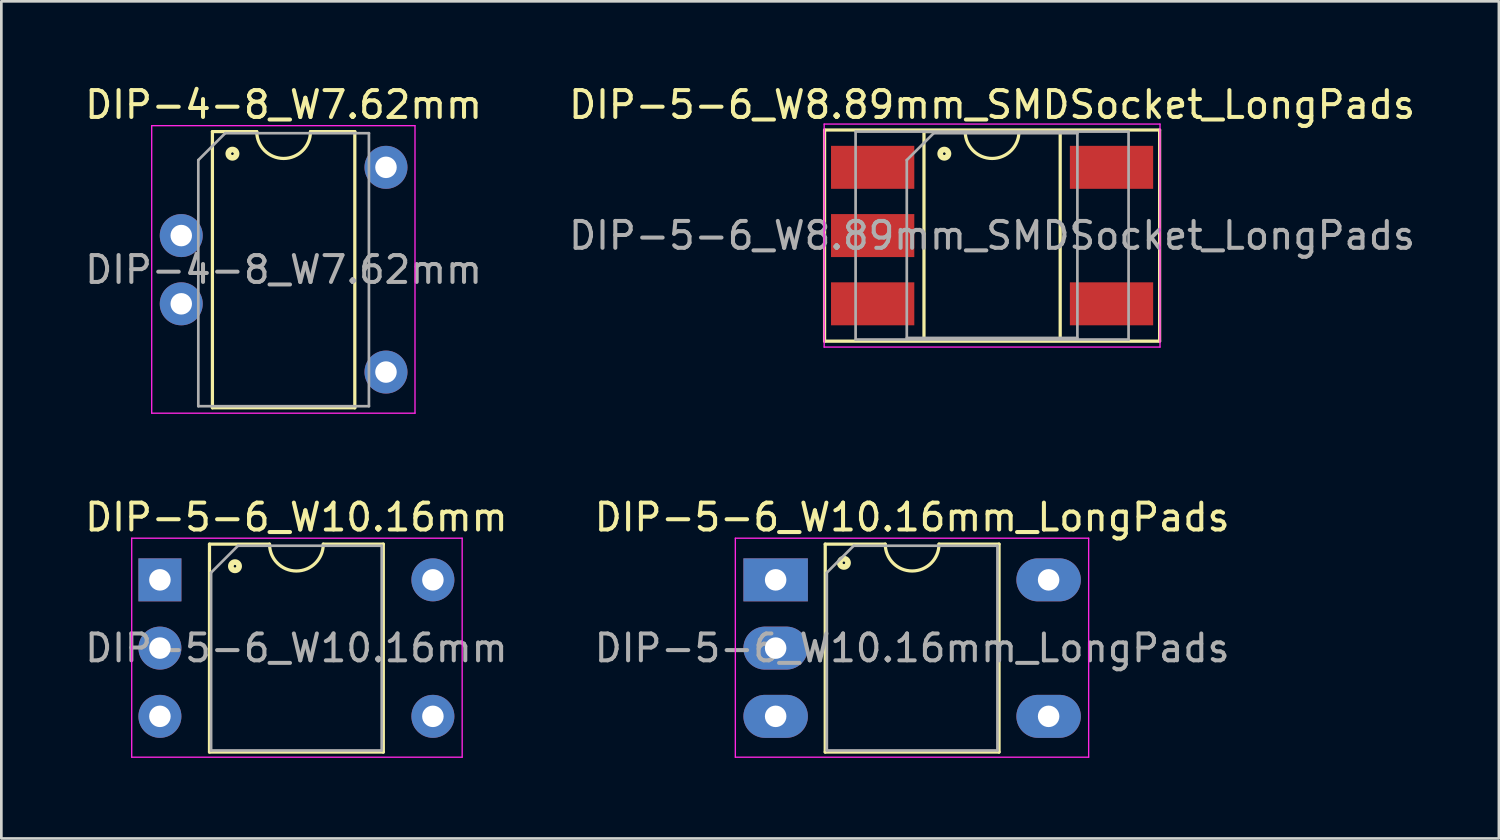
<source format=kicad_pcb>
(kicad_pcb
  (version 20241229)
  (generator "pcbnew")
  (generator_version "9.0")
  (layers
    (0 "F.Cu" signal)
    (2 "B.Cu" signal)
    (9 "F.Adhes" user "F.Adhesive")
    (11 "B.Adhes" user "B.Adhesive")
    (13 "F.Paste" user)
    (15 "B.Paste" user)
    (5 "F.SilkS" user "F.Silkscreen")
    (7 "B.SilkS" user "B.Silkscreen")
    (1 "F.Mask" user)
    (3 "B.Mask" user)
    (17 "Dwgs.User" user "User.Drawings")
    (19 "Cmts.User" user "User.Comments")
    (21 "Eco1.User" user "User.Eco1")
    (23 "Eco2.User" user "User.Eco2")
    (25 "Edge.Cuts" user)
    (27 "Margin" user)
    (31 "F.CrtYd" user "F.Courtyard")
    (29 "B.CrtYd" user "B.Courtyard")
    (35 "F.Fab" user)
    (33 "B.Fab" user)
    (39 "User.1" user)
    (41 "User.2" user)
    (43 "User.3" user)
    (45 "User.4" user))
  (footprint "DIP-4-8_W7.62mm"
    (layer "F.Cu")
    (at 3.696 3.178)
    (property "Reference" "DIP-4-8_W7.62mm" (at 3.81 -2.33 0) (layer "F.SilkS") (effects (font (size 1 1) (thickness 0.15))))
    (fp_line (start 1.16 -1.33) (end 1.16 8.95) (stroke (width 0.12) (type solid)) (layer "F.SilkS"))
    (fp_line (start 1.16 8.95) (end 6.46 8.95) (stroke (width 0.12) (type solid)) (layer "F.SilkS"))
    (fp_line (start 2.81 -1.33) (end 1.16 -1.33) (stroke (width 0.12) (type solid)) (layer "F.SilkS"))
    (fp_line (start 6.46 -1.33) (end 4.81 -1.33) (stroke (width 0.12) (type solid)) (layer "F.SilkS"))
    (fp_line (start 6.46 8.95) (end 6.46 -1.33) (stroke (width 0.12) (type solid)) (layer "F.SilkS"))
    (fp_arc (start 4.81 -1.33) (mid 3.81 -0.33) (end 2.81 -1.33) (stroke (width 0.12) (type solid)) (layer "F.SilkS"))
    (fp_circle (center 1.905 -0.508) (end 1.955 -0.508) (stroke (width 0.12) (type solid)) (fill no) (layer "F.SilkS"))
    (fp_circle (center 1.905 -0.508) (end 2.03 -0.508) (stroke (width 0.12) (type solid)) (fill no) (layer "F.SilkS"))
    (fp_circle (center 1.905 -0.508) (end 2.105 -0.508) (stroke (width 0.12) (type solid)) (fill no) (layer "F.SilkS"))
    (fp_line (start -1.1 -1.55) (end -1.1 9.15) (stroke (width 0.05) (type solid)) (layer "F.CrtYd"))
    (fp_line (start -1.1 9.15) (end 8.7 9.15) (stroke (width 0.05) (type solid)) (layer "F.CrtYd"))
    (fp_line (start 8.7 -1.55) (end -1.1 -1.55) (stroke (width 0.05) (type solid)) (layer "F.CrtYd"))
    (fp_line (start 8.7 9.15) (end 8.7 -1.55) (stroke (width 0.05) (type solid)) (layer "F.CrtYd"))
    (fp_line (start 0.635 -0.27) (end 1.635 -1.27) (stroke (width 0.1) (type solid)) (layer "F.Fab"))
    (fp_line (start 0.635 8.89) (end 0.635 -0.27) (stroke (width 0.1) (type solid)) (layer "F.Fab"))
    (fp_line (start 1.635 -1.27) (end 6.985 -1.27) (stroke (width 0.1) (type solid)) (layer "F.Fab"))
    (fp_line (start 6.985 -1.27) (end 6.985 8.89) (stroke (width 0.1) (type solid)) (layer "F.Fab"))
    (fp_line (start 6.985 8.89) (end 0.635 8.89) (stroke (width 0.1) (type solid)) (layer "F.Fab"))
    (fp_text user "${REFERENCE}" (at 3.81 3.81 0) (layer "F.Fab") (effects (font (size 1 1) (thickness 0.15))))
    (pad "2" thru_hole oval (at 0 2.54) (size 1.6 1.6) (drill 0.8) (layers "*.Cu" "*.Mask"))
    (pad "3" thru_hole oval (at 0 5.08) (size 1.6 1.6) (drill 0.8) (layers "*.Cu" "*.Mask"))
    (pad "5" thru_hole oval (at 7.62 7.62) (size 1.6 1.6) (drill 0.8) (layers "*.Cu" "*.Mask"))
    (pad "8" thru_hole oval (at 7.62 0) (size 1.6 1.6) (drill 0.8) (layers "*.Cu" "*.Mask")))
  (footprint "DIP-5-6_W8.89mm_SMDSocket_LongPads"
    (layer "F.Cu")
    (at 33.875 5.718)
    (property "Reference" "DIP-5-6_W8.89mm_SMDSocket_LongPads" (at 0 -4.87 0) (layer "F.SilkS") (effects (font (size 1 1) (thickness 0.15))))
    (attr smd)
    (fp_line (start -6.235 -3.93) (end -6.235 3.93) (stroke (width 0.12) (type solid)) (layer "F.SilkS"))
    (fp_line (start -6.235 3.93) (end 6.235 3.93) (stroke (width 0.12) (type solid)) (layer "F.SilkS"))
    (fp_line (start -2.535 -3.87) (end -2.535 3.87) (stroke (width 0.12) (type solid)) (layer "F.SilkS"))
    (fp_line (start -2.535 3.87) (end 2.535 3.87) (stroke (width 0.12) (type solid)) (layer "F.SilkS"))
    (fp_line (start -1 -3.87) (end -2.535 -3.87) (stroke (width 0.12) (type solid)) (layer "F.SilkS"))
    (fp_line (start 2.535 -3.87) (end 1 -3.87) (stroke (width 0.12) (type solid)) (layer "F.SilkS"))
    (fp_line (start 2.535 3.87) (end 2.535 -3.87) (stroke (width 0.12) (type solid)) (layer "F.SilkS"))
    (fp_line (start 6.235 -3.93) (end -6.235 -3.93) (stroke (width 0.12) (type solid)) (layer "F.SilkS"))
    (fp_line (start 6.235 3.93) (end 6.235 -3.93) (stroke (width 0.12) (type solid)) (layer "F.SilkS"))
    (fp_arc (start 1 -3.87) (mid 0 -2.87) (end -1 -3.87) (stroke (width 0.12) (type solid)) (layer "F.SilkS"))
    (fp_circle (center -1.778 -3.048) (end -1.728 -3.048) (stroke (width 0.12) (type solid)) (fill no) (layer "F.SilkS"))
    (fp_circle (center -1.778 -3.048) (end -1.653 -3.048) (stroke (width 0.12) (type solid)) (fill no) (layer "F.SilkS"))
    (fp_circle (center -1.778 -3.048) (end -1.578 -3.048) (stroke (width 0.12) (type solid)) (fill no) (layer "F.SilkS"))
    (fp_line (start -6.25 -4.15) (end -6.25 4.15) (stroke (width 0.05) (type solid)) (layer "F.CrtYd"))
    (fp_line (start -6.25 4.15) (end 6.25 4.15) (stroke (width 0.05) (type solid)) (layer "F.CrtYd"))
    (fp_line (start 6.25 -4.15) (end -6.25 -4.15) (stroke (width 0.05) (type solid)) (layer "F.CrtYd"))
    (fp_line (start 6.25 4.15) (end 6.25 -4.15) (stroke (width 0.05) (type solid)) (layer "F.CrtYd"))
    (fp_line (start -5.08 -3.87) (end -5.08 3.87) (stroke (width 0.1) (type solid)) (layer "F.Fab"))
    (fp_line (start -5.08 3.87) (end 5.08 3.87) (stroke (width 0.1) (type solid)) (layer "F.Fab"))
    (fp_line (start -3.175 -2.81) (end -2.175 -3.81) (stroke (width 0.1) (type solid)) (layer "F.Fab"))
    (fp_line (start -3.175 3.81) (end -3.175 -2.81) (stroke (width 0.1) (type solid)) (layer "F.Fab"))
    (fp_line (start -2.175 -3.81) (end 3.175 -3.81) (stroke (width 0.1) (type solid)) (layer "F.Fab"))
    (fp_line (start 3.175 -3.81) (end 3.175 3.81) (stroke (width 0.1) (type solid)) (layer "F.Fab"))
    (fp_line (start 3.175 3.81) (end -3.175 3.81) (stroke (width 0.1) (type solid)) (layer "F.Fab"))
    (fp_line (start 5.08 -3.87) (end -5.08 -3.87) (stroke (width 0.1) (type solid)) (layer "F.Fab"))
    (fp_line (start 5.08 3.87) (end 5.08 -3.87) (stroke (width 0.1) (type solid)) (layer "F.Fab"))
    (fp_text user "${REFERENCE}" (at 0 0 0) (layer "F.Fab") (effects (font (size 1 1) (thickness 0.15))))
    (pad "1" smd rect (at -4.445 -2.54) (size 3.1 1.6) (layers "F.Cu" "F.Mask" "F.Paste"))
    (pad "2" smd rect (at -4.445 0) (size 3.1 1.6) (layers "F.Cu" "F.Mask" "F.Paste"))
    (pad "3" smd rect (at -4.445 2.54) (size 3.1 1.6) (layers "F.Cu" "F.Mask" "F.Paste"))
    (pad "4" smd rect (at 4.445 2.54) (size 3.1 1.6) (layers "F.Cu" "F.Mask" "F.Paste"))
    (pad "6" smd rect (at 4.445 -2.54) (size 3.1 1.6) (layers "F.Cu" "F.Mask" "F.Paste")))
  (footprint "DIP-5-6_W10.16mm_LongPads"
    (layer "F.Cu")
    (at 25.819 18.532)
    (property "Reference" "DIP-5-6_W10.16mm_LongPads" (at 5.08 -2.33 0) (layer "F.SilkS") (effects (font (size 1 1) (thickness 0.15))))
    (attr through_hole)
    (fp_line (start 1.845 -1.33) (end 1.845 6.41) (stroke (width 0.12) (type solid)) (layer "F.SilkS"))
    (fp_line (start 1.845 6.41) (end 8.315 6.41) (stroke (width 0.12) (type solid)) (layer "F.SilkS"))
    (fp_line (start 4.08 -1.33) (end 1.845 -1.33) (stroke (width 0.12) (type solid)) (layer "F.SilkS"))
    (fp_line (start 8.315 -1.33) (end 6.08 -1.33) (stroke (width 0.12) (type solid)) (layer "F.SilkS"))
    (fp_line (start 8.315 6.41) (end 8.315 -1.33) (stroke (width 0.12) (type solid)) (layer "F.SilkS"))
    (fp_arc (start 6.08 -1.33) (mid 5.08 -0.33) (end 4.08 -1.33) (stroke (width 0.12) (type solid)) (layer "F.SilkS"))
    (fp_circle (center 2.54 -0.635) (end 2.59 -0.635) (stroke (width 0.12) (type solid)) (fill no) (layer "F.SilkS"))
    (fp_circle (center 2.54 -0.635) (end 2.665 -0.635) (stroke (width 0.12) (type solid)) (fill no) (layer "F.SilkS"))
    (fp_circle (center 2.54 -0.635) (end 2.74 -0.635) (stroke (width 0.12) (type solid)) (fill no) (layer "F.SilkS"))
    (fp_line (start -1.5 -1.55) (end -1.5 6.6) (stroke (width 0.05) (type solid)) (layer "F.CrtYd"))
    (fp_line (start -1.5 6.6) (end 11.65 6.6) (stroke (width 0.05) (type solid)) (layer "F.CrtYd"))
    (fp_line (start 11.65 -1.55) (end -1.5 -1.55) (stroke (width 0.05) (type solid)) (layer "F.CrtYd"))
    (fp_line (start 11.65 6.6) (end 11.65 -1.55) (stroke (width 0.05) (type solid)) (layer "F.CrtYd"))
    (fp_line (start 1.905 -0.27) (end 2.905 -1.27) (stroke (width 0.1) (type solid)) (layer "F.Fab"))
    (fp_line (start 1.905 6.35) (end 1.905 -0.27) (stroke (width 0.1) (type solid)) (layer "F.Fab"))
    (fp_line (start 2.905 -1.27) (end 8.255 -1.27) (stroke (width 0.1) (type solid)) (layer "F.Fab"))
    (fp_line (start 8.255 -1.27) (end 8.255 6.35) (stroke (width 0.1) (type solid)) (layer "F.Fab"))
    (fp_line (start 8.255 6.35) (end 1.905 6.35) (stroke (width 0.1) (type solid)) (layer "F.Fab"))
    (fp_text user "${REFERENCE}" (at 5.08 2.54 0) (layer "F.Fab") (effects (font (size 1 1) (thickness 0.15))))
    (pad "1" thru_hole rect (at 0 0) (size 2.4 1.6) (drill 0.8) (layers "*.Cu" "*.Mask"))
    (pad "2" thru_hole oval (at 0 2.54) (size 2.4 1.6) (drill 0.8) (layers "*.Cu" "*.Mask"))
    (pad "3" thru_hole oval (at 0 5.08) (size 2.4 1.6) (drill 0.8) (layers "*.Cu" "*.Mask"))
    (pad "4" thru_hole oval (at 10.16 5.08) (size 2.4 1.6) (drill 0.8) (layers "*.Cu" "*.Mask"))
    (pad "6" thru_hole oval (at 10.16 0) (size 2.4 1.6) (drill 0.8) (layers "*.Cu" "*.Mask")))
  (footprint "DIP-5-6_W10.16mm"
    (layer "F.Cu")
    (at 2.902 18.532)
    (property "Reference" "DIP-5-6_W10.16mm" (at 5.08 -2.33 0) (layer "F.SilkS") (effects (font (size 1 1) (thickness 0.15))))
    (attr through_hole)
    (fp_line (start 1.845 -1.33) (end 1.845 6.41) (stroke (width 0.12) (type solid)) (layer "F.SilkS"))
    (fp_line (start 1.845 6.41) (end 8.315 6.41) (stroke (width 0.12) (type solid)) (layer "F.SilkS"))
    (fp_line (start 4.08 -1.33) (end 1.845 -1.33) (stroke (width 0.12) (type solid)) (layer "F.SilkS"))
    (fp_line (start 8.315 -1.33) (end 6.08 -1.33) (stroke (width 0.12) (type solid)) (layer "F.SilkS"))
    (fp_line (start 8.315 6.41) (end 8.315 -1.33) (stroke (width 0.12) (type solid)) (layer "F.SilkS"))
    (fp_arc (start 6.08 -1.33) (mid 5.08 -0.33) (end 4.08 -1.33) (stroke (width 0.12) (type solid)) (layer "F.SilkS"))
    (fp_circle (center 2.794 -0.508) (end 2.844 -0.508) (stroke (width 0.12) (type solid)) (fill no) (layer "F.SilkS"))
    (fp_circle (center 2.794 -0.508) (end 2.919 -0.508) (stroke (width 0.12) (type solid)) (fill no) (layer "F.SilkS"))
    (fp_circle (center 2.794 -0.508) (end 2.994 -0.508) (stroke (width 0.12) (type solid)) (fill no) (layer "F.SilkS"))
    (fp_line (start -1.05 -1.55) (end -1.05 6.6) (stroke (width 0.05) (type solid)) (layer "F.CrtYd"))
    (fp_line (start -1.05 6.6) (end 11.25 6.6) (stroke (width 0.05) (type solid)) (layer "F.CrtYd"))
    (fp_line (start 11.25 -1.55) (end -1.05 -1.55) (stroke (width 0.05) (type solid)) (layer "F.CrtYd"))
    (fp_line (start 11.25 6.6) (end 11.25 -1.55) (stroke (width 0.05) (type solid)) (layer "F.CrtYd"))
    (fp_line (start 1.905 -0.27) (end 2.905 -1.27) (stroke (width 0.1) (type solid)) (layer "F.Fab"))
    (fp_line (start 1.905 6.35) (end 1.905 -0.27) (stroke (width 0.1) (type solid)) (layer "F.Fab"))
    (fp_line (start 2.905 -1.27) (end 8.255 -1.27) (stroke (width 0.1) (type solid)) (layer "F.Fab"))
    (fp_line (start 8.255 -1.27) (end 8.255 6.35) (stroke (width 0.1) (type solid)) (layer "F.Fab"))
    (fp_line (start 8.255 6.35) (end 1.905 6.35) (stroke (width 0.1) (type solid)) (layer "F.Fab"))
    (fp_text user "${REFERENCE}" (at 5.08 2.54 0) (layer "F.Fab") (effects (font (size 1 1) (thickness 0.15))))
    (pad "1" thru_hole rect (at 0 0) (size 1.6 1.6) (drill 0.8) (layers "*.Cu" "*.Mask"))
    (pad "2" thru_hole oval (at 0 2.54) (size 1.6 1.6) (drill 0.8) (layers "*.Cu" "*.Mask"))
    (pad "3" thru_hole oval (at 0 5.08) (size 1.6 1.6) (drill 0.8) (layers "*.Cu" "*.Mask"))
    (pad "4" thru_hole oval (at 10.16 5.08) (size 1.6 1.6) (drill 0.8) (layers "*.Cu" "*.Mask"))
    (pad "6" thru_hole oval (at 10.16 0) (size 1.6 1.6) (drill 0.8) (layers "*.Cu" "*.Mask")))
  (gr_rect
    (start -3 -3)
    (end 52.738 28.157)
    (stroke (width 0.1) (type default))
    (fill no)
    (layer "Edge.Cuts")))
</source>
